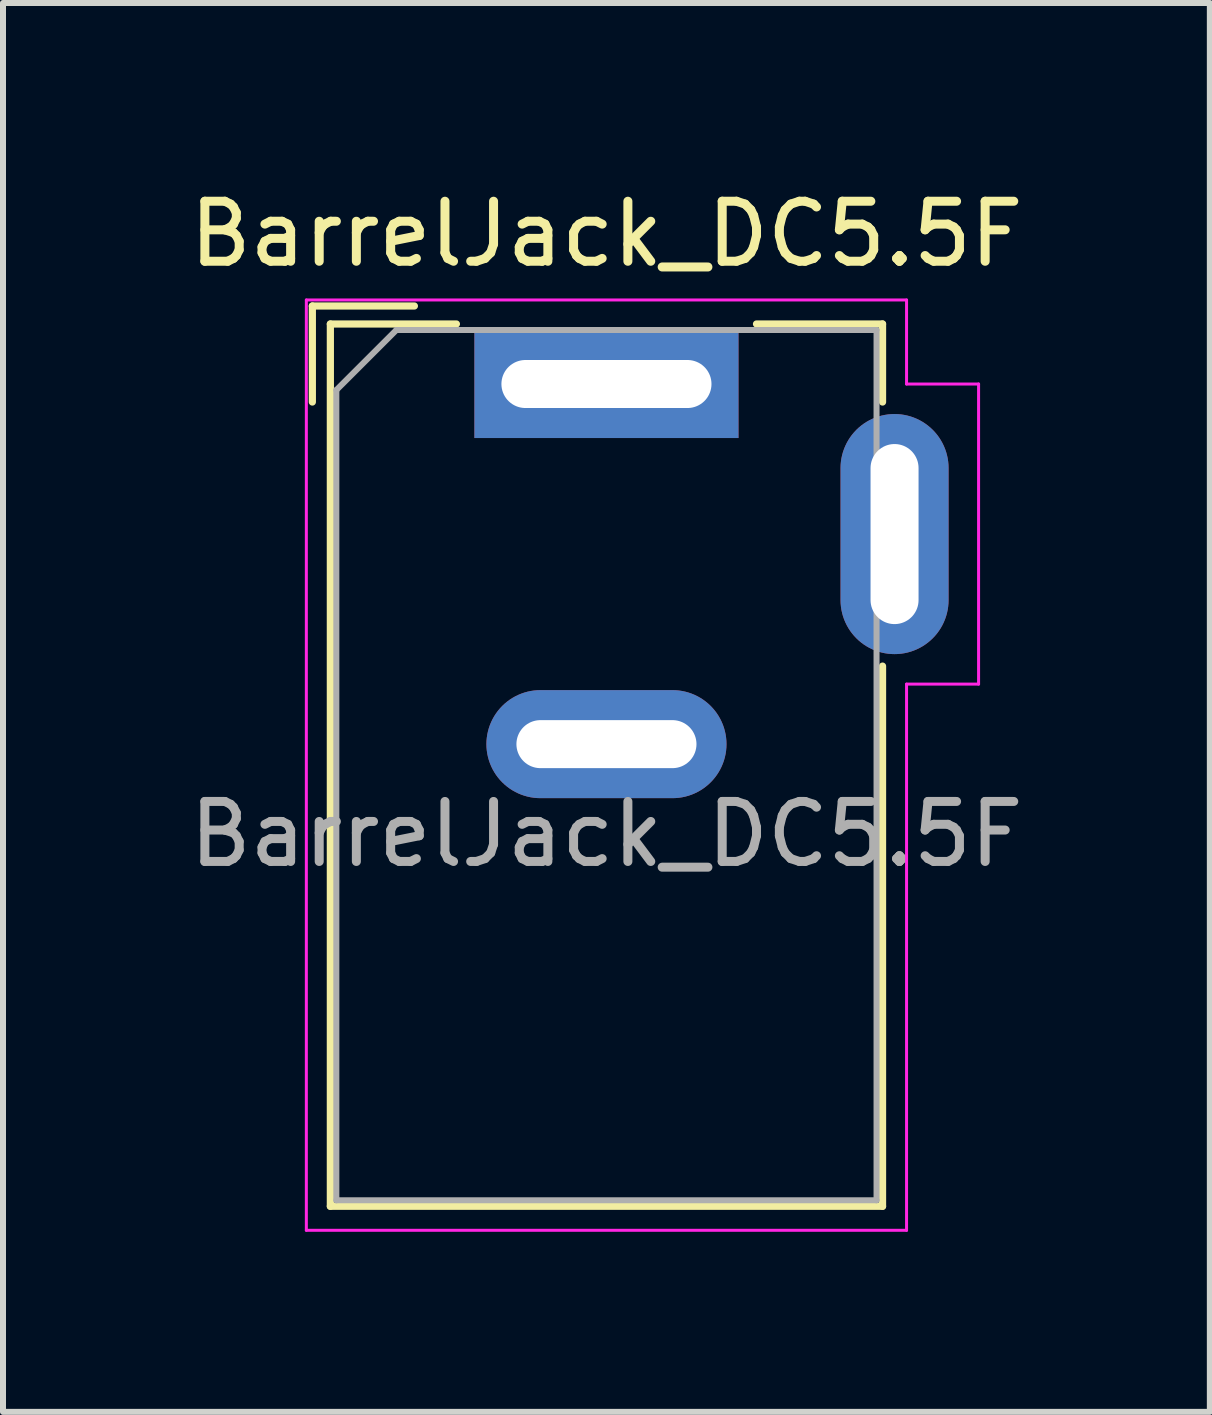
<source format=kicad_pcb>
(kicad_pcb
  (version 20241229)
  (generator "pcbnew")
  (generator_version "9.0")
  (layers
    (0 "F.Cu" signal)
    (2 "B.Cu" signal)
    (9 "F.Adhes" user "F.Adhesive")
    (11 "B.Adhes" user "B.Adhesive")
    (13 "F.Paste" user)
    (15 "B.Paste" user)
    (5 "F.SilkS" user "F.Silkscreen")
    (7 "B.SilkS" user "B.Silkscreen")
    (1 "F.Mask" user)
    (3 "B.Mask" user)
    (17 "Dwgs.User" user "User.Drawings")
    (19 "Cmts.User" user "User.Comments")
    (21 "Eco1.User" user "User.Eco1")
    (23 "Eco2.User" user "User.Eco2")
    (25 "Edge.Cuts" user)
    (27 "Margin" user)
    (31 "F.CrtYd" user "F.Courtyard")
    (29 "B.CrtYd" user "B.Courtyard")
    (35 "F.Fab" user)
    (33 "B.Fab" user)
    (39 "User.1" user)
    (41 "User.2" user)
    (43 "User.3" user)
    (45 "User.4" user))
  (footprint "BarrelJack_DC5.5F"
    (layer "F.Cu")
    (at 7.054 3.348)
    (property "Reference" "BarrelJack_DC5.5F" (at 0 -2.5 0) (layer "F.SilkS") (effects (font (size 1 1) (thickness 0.15))))
    (attr through_hole)
    (fp_line (start -4.9 -1.3) (end -4.9 0.3) (stroke (width 0.12) (type solid)) (layer "F.SilkS"))
    (fp_line (start -4.6 -1) (end -2.5 -1) (stroke (width 0.12) (type solid)) (layer "F.SilkS"))
    (fp_line (start -4.6 13.7) (end -4.6 -1) (stroke (width 0.12) (type solid)) (layer "F.SilkS"))
    (fp_line (start -3.2 -1.3) (end -4.9 -1.3) (stroke (width 0.12) (type solid)) (layer "F.SilkS"))
    (fp_line (start 2.5 -1) (end 4.6 -1) (stroke (width 0.12) (type solid)) (layer "F.SilkS"))
    (fp_line (start 4.6 -1) (end 4.6 0.3) (stroke (width 0.12) (type solid)) (layer "F.SilkS"))
    (fp_line (start 4.6 4.7) (end 4.6 13.7) (stroke (width 0.12) (type solid)) (layer "F.SilkS"))
    (fp_line (start 4.6 13.7) (end -4.6 13.7) (stroke (width 0.12) (type solid)) (layer "F.SilkS"))
    (fp_line (start -5 -1.4) (end -5 14.1) (stroke (width 0.05) (type solid)) (layer "F.CrtYd"))
    (fp_line (start -5 14.1) (end 5 14.1) (stroke (width 0.05) (type solid)) (layer "F.CrtYd"))
    (fp_line (start 5 -1.4) (end -5 -1.4) (stroke (width 0.05) (type solid)) (layer "F.CrtYd"))
    (fp_line (start 5 0) (end 5 -1.4) (stroke (width 0.05) (type solid)) (layer "F.CrtYd"))
    (fp_line (start 5 14.1) (end 5 5) (stroke (width 0.05) (type solid)) (layer "F.CrtYd"))
    (fp_line (start 6.2 0) (end 5 0) (stroke (width 0.05) (type solid)) (layer "F.CrtYd"))
    (fp_line (start 6.2 0) (end 6.2 5) (stroke (width 0.05) (type solid)) (layer "F.CrtYd"))
    (fp_line (start 6.2 5) (end 5 5) (stroke (width 0.05) (type solid)) (layer "F.CrtYd"))
    (fp_line (start -4.5 0.1) (end -3.5 -0.9) (stroke (width 0.1) (type solid)) (layer "F.Fab"))
    (fp_line (start -4.5 13.6) (end -4.5 0.1) (stroke (width 0.1) (type solid)) (layer "F.Fab"))
    (fp_line (start 4.5 -0.9) (end -3.5 -0.9) (stroke (width 0.1) (type solid)) (layer "F.Fab"))
    (fp_line (start 4.5 -0.9) (end 4.5 13.6) (stroke (width 0.1) (type solid)) (layer "F.Fab"))
    (fp_line (start 4.5 13.6) (end -4.5 13.6) (stroke (width 0.1) (type solid)) (layer "F.Fab"))
    (fp_text user "${REFERENCE}" (at 0 7.5 0) (layer "F.Fab") (effects (font (size 1 1) (thickness 0.15))))
    (pad "1" thru_hole rect (at 0 0) (size 4.4 1.8) (drill oval 3.5 0.8) (layers "*.Cu" "*.Mask"))
    (pad "2" thru_hole oval (at 0 6) (size 4 1.8) (drill oval 3 0.8) (layers "*.Cu" "*.Mask"))
    (pad "3" thru_hole oval (at 4.8 2.5 90) (size 4 1.8) (drill oval 3 0.8) (layers "*.Cu" "*.Mask")))
  (gr_rect
    (start -3 -3)
    (end 17.107 20.473)
    (stroke (width 0.1) (type default))
    (fill no)
    (layer "Edge.Cuts")))
</source>
